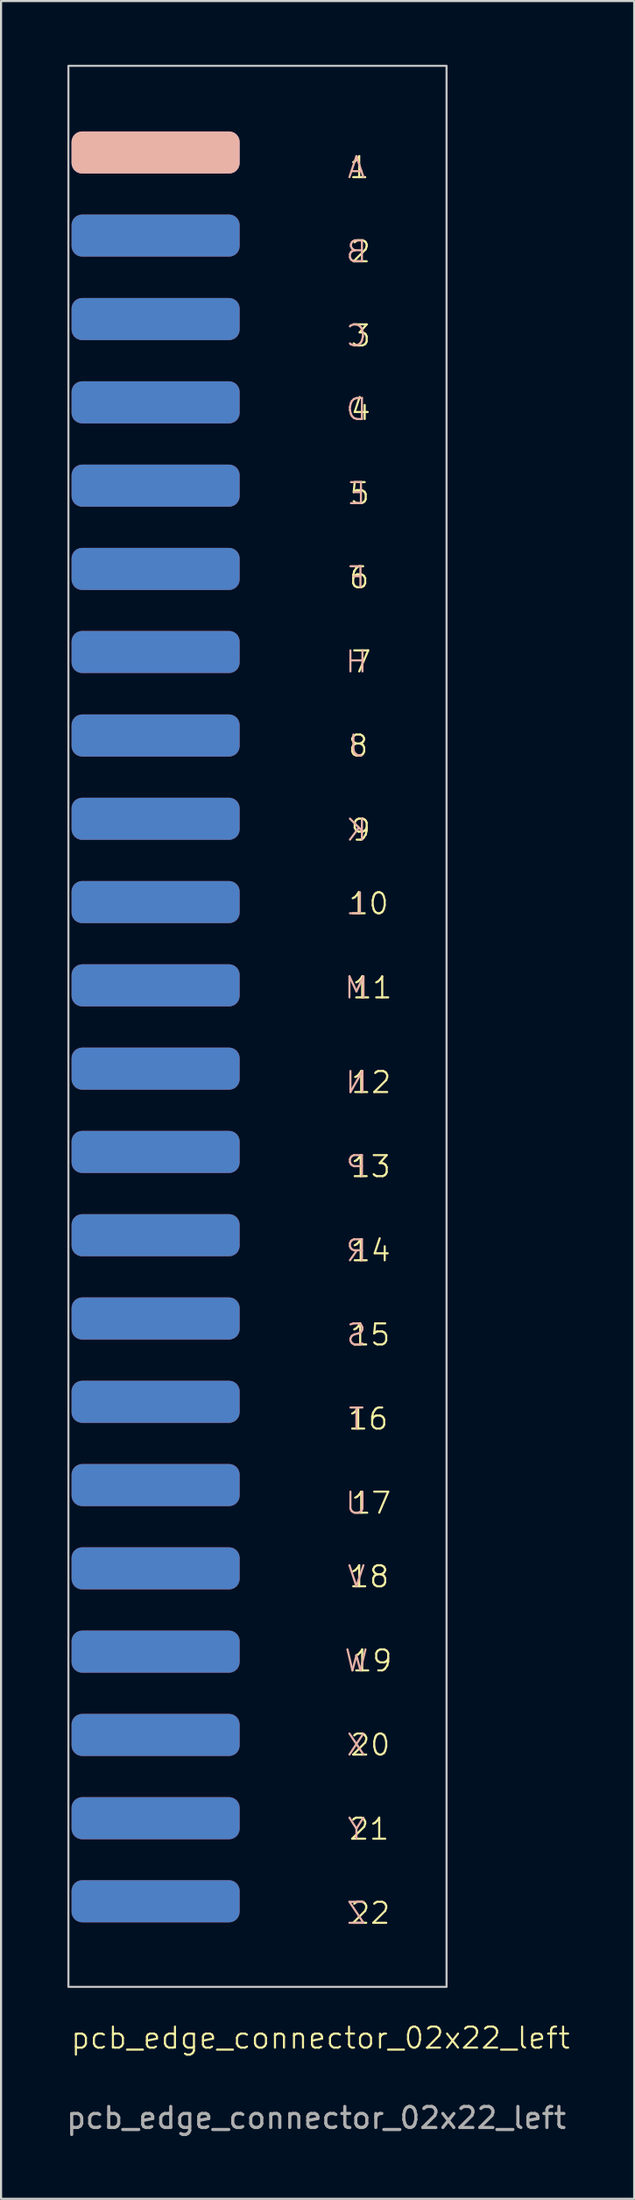
<source format=kicad_pcb>
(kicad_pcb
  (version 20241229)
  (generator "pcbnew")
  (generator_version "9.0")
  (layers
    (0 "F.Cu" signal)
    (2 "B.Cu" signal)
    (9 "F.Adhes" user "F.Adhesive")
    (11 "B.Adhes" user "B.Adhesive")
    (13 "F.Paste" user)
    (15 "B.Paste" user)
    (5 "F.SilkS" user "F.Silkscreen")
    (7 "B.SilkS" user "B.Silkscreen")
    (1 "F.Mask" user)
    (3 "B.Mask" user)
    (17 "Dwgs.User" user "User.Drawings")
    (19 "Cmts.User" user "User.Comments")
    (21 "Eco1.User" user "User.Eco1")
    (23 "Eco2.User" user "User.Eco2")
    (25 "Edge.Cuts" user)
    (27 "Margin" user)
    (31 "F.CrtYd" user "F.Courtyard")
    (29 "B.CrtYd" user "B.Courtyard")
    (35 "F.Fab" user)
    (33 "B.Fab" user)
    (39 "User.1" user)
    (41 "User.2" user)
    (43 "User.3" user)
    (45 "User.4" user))
  (footprint "pcb_edge_connector_02x22_left"
    (layer "F.Cu")
    (at 7.006 44.75)
    (property "Reference" "pcb_edge_connector_02x22_left" (at 5.2 49.1 0) (unlocked yes) (layer "F.SilkS") (effects (font (size 1 1) (thickness 0.1))))
    (attr smd allow_soldermask_bridges)
    (fp_rect (start -6.8 -44.7) (end 2.2 46.64) (stroke (width 0.1) (type solid)) (fill yes) (layer "F.Mask"))
    (fp_rect (start -6.8 -44.7) (end 2.2 46.64) (stroke (width 0.1) (type solid)) (fill yes) (layer "B.Mask"))
    (fp_rect (start -6.8 -44.67) (end 11.2 46.67) (stroke (width 0.1) (type default)) (fill no) (layer "Dwgs.User"))
    (fp_text user "1" (at 6.5 -39.25 0) (unlocked yes) (layer "F.SilkS") (effects (font (size 1 1) (thickness 0.1)) (justify left bottom)))
    (fp_text user "16" (at 6.452 20.25 0) (unlocked yes) (layer "F.SilkS") (effects (font (size 1 1) (thickness 0.1)) (justify left bottom)))
    (fp_text user "13" (at 6.571 8.25 0) (unlocked yes) (layer "F.SilkS") (effects (font (size 1 1) (thickness 0.1)) (justify left bottom)))
    (fp_text user "8" (at 6.452 -11.75 0) (unlocked yes) (layer "F.SilkS") (effects (font (size 1 1) (thickness 0.1)) (justify left bottom)))
    (fp_text user "5" (at 6.524 -23.75 0) (unlocked yes) (layer "F.SilkS") (effects (font (size 1 1) (thickness 0.1)) (justify left bottom)))
    (fp_text user "21" (at 6.5 39.75 0) (unlocked yes) (layer "F.SilkS") (effects (font (size 1 1) (thickness 0.1)) (justify left bottom)))
    (fp_text user "22" (at 6.548 43.75 0) (unlocked yes) (layer "F.SilkS") (effects (font (size 1 1) (thickness 0.1)) (justify left bottom)))
    (fp_text user "15" (at 6.548 16.25 0) (unlocked yes) (layer "F.SilkS") (effects (font (size 1 1) (thickness 0.1)) (justify left bottom)))
    (fp_text user "6" (at 6.5 -19.75 0) (unlocked yes) (layer "F.SilkS") (effects (font (size 1 1) (thickness 0.1)) (justify left bottom)))
    (fp_text user "9" (at 6.571 -7.75 0) (unlocked yes) (layer "F.SilkS") (effects (font (size 1 1) (thickness 0.1)) (justify left bottom)))
    (fp_text user "20" (at 6.548 35.75 0) (unlocked yes) (layer "F.SilkS") (effects (font (size 1 1) (thickness 0.1)) (justify left bottom)))
    (fp_text user "19" (at 6.643 31.75 0) (unlocked yes) (layer "F.SilkS") (effects (font (size 1 1) (thickness 0.1)) (justify left bottom)))
    (fp_text user "18" (at 6.5 27.75 0) (unlocked yes) (layer "F.SilkS") (effects (font (size 1 1) (thickness 0.1)) (justify left bottom)))
    (fp_text user "2" (at 6.571 -35.25 0) (unlocked yes) (layer "F.SilkS") (effects (font (size 1 1) (thickness 0.1)) (justify left bottom)))
    (fp_text user "7" (at 6.595 -15.75 0) (unlocked yes) (layer "F.SilkS") (effects (font (size 1 1) (thickness 0.1)) (justify left bottom)))
    (fp_text user "17" (at 6.595 24.25 0) (unlocked yes) (layer "F.SilkS") (effects (font (size 1 1) (thickness 0.1)) (justify left bottom)))
    (fp_text user "10" (at 6.476 -4.25 0) (unlocked yes) (layer "F.SilkS") (effects (font (size 1 1) (thickness 0.1)) (justify left bottom)))
    (fp_text user "3" (at 6.571 -31.25 0) (unlocked yes) (layer "F.SilkS") (effects (font (size 1 1) (thickness 0.1)) (justify left bottom)))
    (fp_text user "4" (at 6.571 -27.75 0) (unlocked yes) (layer "F.SilkS") (effects (font (size 1 1) (thickness 0.1)) (justify left bottom)))
    (fp_text user "14" (at 6.571 12.25 0) (unlocked yes) (layer "F.SilkS") (effects (font (size 1 1) (thickness 0.1)) (justify left bottom)))
    (fp_text user "11" (at 6.643 -0.25 0) (unlocked yes) (layer "F.SilkS") (effects (font (size 1 1) (thickness 0.1)) (justify left bottom)))
    (fp_text user "12" (at 6.595 4.25 0) (unlocked yes) (layer "F.SilkS") (effects (font (size 1 1) (thickness 0.1)) (justify left bottom)))
    (fp_text user "D" (at 7.476 -27.75 0) (unlocked yes) (layer "B.SilkS") (effects (font (size 1 1) (thickness 0.1)) (justify left bottom mirror)))
    (fp_text user "X" (at 7.452 35.75 0) (unlocked yes) (layer "B.SilkS") (effects (font (size 1 1) (thickness 0.1)) (justify left bottom mirror)))
    (fp_text user "B" (at 7.476 -35.25 0) (unlocked yes) (layer "B.SilkS") (effects (font (size 1 1) (thickness 0.1)) (justify left bottom mirror)))
    (fp_text user "Y" (at 7.405 39.75 0) (unlocked yes) (layer "B.SilkS") (effects (font (size 1 1) (thickness 0.1)) (justify left bottom mirror)))
    (fp_text user "C" (at 7.476 -31.25 0) (unlocked yes) (layer "B.SilkS") (effects (font (size 1 1) (thickness 0.1)) (justify left bottom mirror)))
    (fp_text user "A" (at 7.405 -39.25 0) (unlocked yes) (layer "B.SilkS") (effects (font (size 1 1) (thickness 0.1)) (justify left bottom mirror)))
    (fp_text user "E" (at 7.429 -23.75 0) (unlocked yes) (layer "B.SilkS") (effects (font (size 1 1) (thickness 0.1)) (justify left bottom mirror)))
    (fp_text user "N" (at 7.5 4.25 0) (unlocked yes) (layer "B.SilkS") (effects (font (size 1 1) (thickness 0.1)) (justify left bottom mirror)))
    (fp_text user "W" (at 7.548 31.75 0) (unlocked yes) (layer "B.SilkS") (effects (font (size 1 1) (thickness 0.1)) (justify left bottom mirror)))
    (fp_text user "T" (at 7.357 20.25 0) (unlocked yes) (layer "B.SilkS") (effects (font (size 1 1) (thickness 0.1)) (justify left bottom mirror)))
    (fp_text user "R" (at 7.476 12.25 0) (unlocked yes) (layer "B.SilkS") (effects (font (size 1 1) (thickness 0.1)) (justify left bottom mirror)))
    (fp_text user "U" (at 7.5 24.25 0) (unlocked yes) (layer "B.SilkS") (effects (font (size 1 1) (thickness 0.1)) (justify left bottom mirror)))
    (fp_text user "M" (at 7.548 -0.25 0) (unlocked yes) (layer "B.SilkS") (effects (font (size 1 1) (thickness 0.1)) (justify left bottom mirror)))
    (fp_text user "P" (at 7.476 8.25 0) (unlocked yes) (layer "B.SilkS") (effects (font (size 1 1) (thickness 0.1)) (justify left bottom mirror)))
    (fp_text user "H" (at 7.5 -15.75 0) (unlocked yes) (layer "B.SilkS") (effects (font (size 1 1) (thickness 0.1)) (justify left bottom mirror)))
    (fp_text user "S" (at 7.452 16.25 0) (unlocked yes) (layer "B.SilkS") (effects (font (size 1 1) (thickness 0.1)) (justify left bottom mirror)))
    (fp_text user "L" (at 7.381 -4.25 0) (unlocked yes) (layer "B.SilkS") (effects (font (size 1 1) (thickness 0.1)) (justify left bottom mirror)))
    (fp_text user "K" (at 7.476 -7.75 0) (unlocked yes) (layer "B.SilkS") (effects (font (size 1 1) (thickness 0.1)) (justify left bottom mirror)))
    (fp_text user "J" (at 7.357 -11.75 0) (unlocked yes) (layer "B.SilkS") (effects (font (size 1 1) (thickness 0.1)) (justify left bottom mirror)))
    (fp_text user "V" (at 7.405 27.75 0) (unlocked yes) (layer "B.SilkS") (effects (font (size 1 1) (thickness 0.1)) (justify left bottom mirror)))
    (fp_text user "F" (at 7.405 -19.75 0) (unlocked yes) (layer "B.SilkS") (effects (font (size 1 1) (thickness 0.1)) (justify left bottom mirror)))
    (fp_text user "Z" (at 7.452 43.75 0) (unlocked yes) (layer "B.SilkS") (effects (font (size 1 1) (thickness 0.1)) (justify left bottom mirror)))
    (fp_text user "${REFERENCE}" (at 5 52.9 0) (unlocked yes) (layer "F.Fab") (effects (font (size 1 1) (thickness 0.15))))
    (pad "1" connect roundrect (at -2.65 -40.55) (size 8 2) (layers "F.Cu" "F.Mask") (roundrect_rratio 0.25))
    (pad "2" connect roundrect (at -2.65 -36.6) (size 8 2) (layers "F.Cu" "F.Mask") (roundrect_rratio 0.25))
    (pad "3" connect roundrect (at -2.65 -32.63) (size 8 2) (layers "F.Cu" "F.Mask") (roundrect_rratio 0.25))
    (pad "4" connect roundrect (at -2.65 -28.67) (size 8 2) (layers "F.Cu" "F.Mask") (roundrect_rratio 0.25))
    (pad "5" connect roundrect (at -2.65 -24.71) (size 8 2) (layers "F.Cu" "F.Mask") (roundrect_rratio 0.25))
    (pad "6" connect roundrect (at -2.65 -20.75) (size 8 2) (layers "F.Cu" "F.Mask") (roundrect_rratio 0.25))
    (pad "7" connect roundrect (at -2.65 -16.8) (size 8 2) (layers "F.Cu" "F.Mask") (roundrect_rratio 0.25))
    (pad "8" connect roundrect (at -2.65 -12.83) (size 8 2) (layers "F.Cu" "F.Mask") (roundrect_rratio 0.25))
    (pad "9" connect roundrect (at -2.65 -8.87) (size 8 2) (layers "F.Cu" "F.Mask") (roundrect_rratio 0.25))
    (pad "10" connect roundrect (at -2.65 -4.91) (size 8 2) (layers "F.Cu" "F.Mask") (roundrect_rratio 0.25))
    (pad "11" connect roundrect (at -2.65 -0.95) (size 8 2) (layers "F.Cu" "F.Mask") (roundrect_rratio 0.25))
    (pad "12" connect roundrect (at -2.65 3.01) (size 8 2) (layers "F.Cu" "F.Mask") (roundrect_rratio 0.25))
    (pad "13" connect roundrect (at -2.65 6.97) (size 8 2) (layers "F.Cu" "F.Mask") (roundrect_rratio 0.25))
    (pad "14" connect roundrect (at -2.65 10.93) (size 8 2) (layers "F.Cu" "F.Mask") (roundrect_rratio 0.25))
    (pad "15" connect roundrect (at -2.65 14.89) (size 8 2) (layers "F.Cu" "F.Mask") (roundrect_rratio 0.25))
    (pad "16" connect roundrect (at -2.65 18.85) (size 8 2) (layers "F.Cu" "F.Mask") (roundrect_rratio 0.25))
    (pad "17" connect roundrect (at -2.65 22.81) (size 8 2) (layers "F.Cu" "F.Mask") (roundrect_rratio 0.25))
    (pad "18" connect roundrect (at -2.65 26.77) (size 8 2) (layers "F.Cu" "F.Mask") (roundrect_rratio 0.25))
    (pad "19" connect roundrect (at -2.65 30.73) (size 8 2) (layers "F.Cu" "F.Mask") (roundrect_rratio 0.25))
    (pad "20" connect roundrect (at -2.65 34.69) (size 8 2) (layers "F.Cu" "F.Mask") (roundrect_rratio 0.25))
    (pad "21" connect roundrect (at -2.65 38.65) (size 8 2) (layers "F.Cu" "F.Mask") (roundrect_rratio 0.25))
    (pad "22" connect roundrect (at -2.65 42.6) (size 8 2) (layers "F.Cu" "F.Mask") (roundrect_rratio 0.25))
    (pad "A" connect roundrect (at -2.65 -40.55) (size 8 2) (layers "F.Mask" "B.Cu" "B.SilkS") (roundrect_rratio 0.25))
    (pad "B" connect roundrect (at -2.65 -36.6) (size 8 2) (layers "F.Mask" "B.Cu") (roundrect_rratio 0.25))
    (pad "C" connect roundrect (at -2.65 -32.63) (size 8 2) (layers "F.Mask" "B.Cu") (roundrect_rratio 0.25))
    (pad "D" connect roundrect (at -2.65 -28.67) (size 8 2) (layers "F.Mask" "B.Cu") (roundrect_rratio 0.25))
    (pad "E" connect roundrect (at -2.65 -24.71) (size 8 2) (layers "F.Mask" "B.Cu") (roundrect_rratio 0.25))
    (pad "F" connect roundrect (at -2.65 -20.75) (size 8 2) (layers "F.Mask" "B.Cu") (roundrect_rratio 0.25))
    (pad "H" connect roundrect (at -2.65 -16.8) (size 8 2) (layers "F.Mask" "B.Cu") (roundrect_rratio 0.25))
    (pad "J" connect roundrect (at -2.65 -12.83) (size 8 2) (layers "F.Mask" "B.Cu") (roundrect_rratio 0.25))
    (pad "K" connect roundrect (at -2.65 -8.87) (size 8 2) (layers "F.Mask" "B.Cu") (roundrect_rratio 0.25))
    (pad "L" connect roundrect (at -2.65 -4.91) (size 8 2) (layers "F.Mask" "B.Cu") (roundrect_rratio 0.25))
    (pad "M" connect roundrect (at -2.65 -0.95) (size 8 2) (layers "F.Mask" "B.Cu") (roundrect_rratio 0.25))
    (pad "N" connect roundrect (at -2.65 3.01) (size 8 2) (layers "F.Mask" "B.Cu") (roundrect_rratio 0.25))
    (pad "P" connect roundrect (at -2.65 6.97) (size 8 2) (layers "F.Mask" "B.Cu") (roundrect_rratio 0.25))
    (pad "R" connect roundrect (at -2.65 10.93) (size 8 2) (layers "F.Mask" "B.Cu") (roundrect_rratio 0.25))
    (pad "S" connect roundrect (at -2.65 14.89) (size 8 2) (layers "F.Mask" "B.Cu") (roundrect_rratio 0.25))
    (pad "T" connect roundrect (at -2.65 18.85) (size 8 2) (layers "F.Mask" "B.Cu") (roundrect_rratio 0.25))
    (pad "U" connect roundrect (at -2.65 22.81) (size 8 2) (layers "F.Mask" "B.Cu") (roundrect_rratio 0.25))
    (pad "V" connect roundrect (at -2.65 26.77) (size 8 2) (layers "F.Mask" "B.Cu") (roundrect_rratio 0.25))
    (pad "W" connect roundrect (at -2.65 30.73) (size 8 2) (layers "F.Mask" "B.Cu") (roundrect_rratio 0.25))
    (pad "X" connect roundrect (at -2.65 34.69) (size 8 2) (layers "F.Mask" "B.Cu") (roundrect_rratio 0.25))
    (pad "Y" connect roundrect (at -2.65 38.65) (size 8 2) (layers "F.Mask" "B.Cu") (roundrect_rratio 0.25))
    (pad "Z" connect roundrect (at -2.65 42.6) (size 8 2) (layers "F.Mask" "B.Cu") (roundrect_rratio 0.25)))
  (gr_rect
    (start -3 -3)
    (end 27.137 101.498)
    (stroke (width 0.1) (type default))
    (fill no)
    (layer "Edge.Cuts")))
</source>
